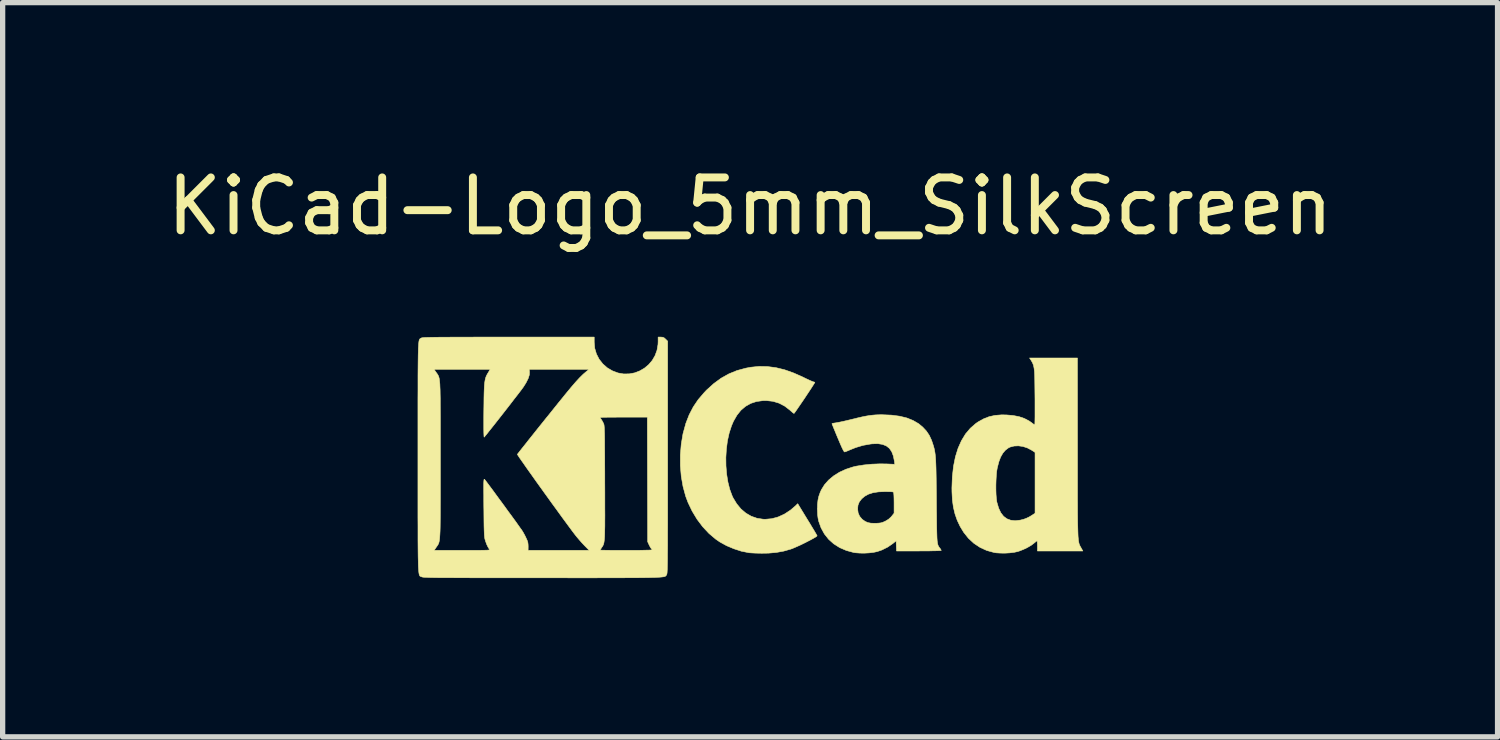
<source format=kicad_pcb>
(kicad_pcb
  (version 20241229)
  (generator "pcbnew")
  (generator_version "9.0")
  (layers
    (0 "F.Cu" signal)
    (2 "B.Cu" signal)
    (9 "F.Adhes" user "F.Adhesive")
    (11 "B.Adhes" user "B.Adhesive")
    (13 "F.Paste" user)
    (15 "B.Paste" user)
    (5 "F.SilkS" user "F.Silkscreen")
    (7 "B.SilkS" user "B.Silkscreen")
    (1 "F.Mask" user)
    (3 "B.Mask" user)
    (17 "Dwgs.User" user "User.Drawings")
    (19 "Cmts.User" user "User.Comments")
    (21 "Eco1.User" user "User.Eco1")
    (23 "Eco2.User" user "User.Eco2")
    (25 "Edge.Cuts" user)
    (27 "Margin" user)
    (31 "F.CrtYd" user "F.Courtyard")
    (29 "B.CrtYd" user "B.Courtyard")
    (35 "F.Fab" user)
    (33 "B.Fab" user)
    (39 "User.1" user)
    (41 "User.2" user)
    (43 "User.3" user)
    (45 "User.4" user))
  (footprint "KiCad-Logo_5mm_SilkScreen"
    (layer "F.Cu")
    (at 11.125 5.928)
    (property "Reference" "KiCad-Logo_5mm_SilkScreen" (at 0 -5.08 0) (layer "F.SilkS") (effects (font (size 1 1) (thickness 0.15))))
    (attr exclude_from_pos_files exclude_from_bom)
    (fp_poly (pts (xy -6.096 -2.311) (xy -6.096 1.803) (xy -1.702 1.727) (xy -1.651 -1.854) (xy -2.845 -1.778) (xy -3.226 -2.388)) (stroke (width 0.1) (type solid)) (fill yes) (layer "F.Mask"))
    (fp_poly (pts (xy -2.273 -2.973) (xy -2.177 -2.949) (xy -2.09 -2.906) (xy -2.015 -2.847) (xy -1.954 -2.772) (xy -1.909 -2.683) (xy -1.883 -2.586) (xy -1.877 -2.489) (xy -1.892 -2.395) (xy -1.926 -2.307) (xy -1.977 -2.228) (xy -2.042 -2.16) (xy -2.121 -2.106) (xy -2.212 -2.068) (xy -2.263 -2.056) (xy -2.308 -2.048) (xy -2.342 -2.045) (xy -2.375 -2.047) (xy -2.415 -2.054) (xy -2.449 -2.061) (xy -2.542 -2.092) (xy -2.626 -2.143) (xy -2.698 -2.213) (xy -2.756 -2.298) (xy -2.77 -2.326) (xy -2.787 -2.362) (xy -2.797 -2.392) (xy -2.802 -2.425) (xy -2.805 -2.466) (xy -2.805 -2.512) (xy -2.801 -2.596) (xy -2.787 -2.665) (xy -2.762 -2.726) (xy -2.723 -2.784) (xy -2.684 -2.829) (xy -2.612 -2.895) (xy -2.537 -2.94) (xy -2.455 -2.967) (xy -2.377 -2.977) (xy -2.273 -2.973)) (stroke (width 0.01) (type solid)) (fill yes) (layer "F.Mask"))
    (fp_poly (pts (xy 0.328 -2.051) (xy 0.489 -2.03) (xy 0.653 -1.99) (xy 0.822 -1.93) (xy 1 -1.851) (xy 1.011 -1.845) (xy 1.069 -1.817) (xy 1.121 -1.793) (xy 1.162 -1.775) (xy 1.19 -1.764) (xy 1.2 -1.761) (xy 1.219 -1.756) (xy 1.224 -1.752) (xy 1.218 -1.741) (xy 1.202 -1.715) (xy 1.177 -1.676) (xy 1.145 -1.626) (xy 1.107 -1.569) (xy 1.066 -1.507) (xy 1.023 -1.442) (xy 0.98 -1.379) (xy 0.939 -1.319) (xy 0.902 -1.265) (xy 0.871 -1.22) (xy 0.847 -1.186) (xy 0.832 -1.167) (xy 0.83 -1.165) (xy 0.82 -1.17) (xy 0.798 -1.187) (xy 0.767 -1.214) (xy 0.752 -1.228) (xy 0.655 -1.303) (xy 0.548 -1.359) (xy 0.433 -1.394) (xy 0.31 -1.408) (xy 0.241 -1.407) (xy 0.119 -1.39) (xy 0.01 -1.354) (xy -0.087 -1.299) (xy -0.174 -1.225) (xy -0.249 -1.131) (xy -0.314 -1.018) (xy -0.351 -0.931) (xy -0.395 -0.796) (xy -0.428 -0.648) (xy -0.448 -0.493) (xy -0.458 -0.333) (xy -0.456 -0.173) (xy -0.443 -0.016) (xy -0.419 0.133) (xy -0.384 0.271) (xy -0.338 0.395) (xy -0.322 0.429) (xy -0.253 0.543) (xy -0.173 0.64) (xy -0.081 0.718) (xy 0.02 0.777) (xy 0.13 0.816) (xy 0.247 0.834) (xy 0.289 0.835) (xy 0.41 0.824) (xy 0.531 0.791) (xy 0.649 0.737) (xy 0.762 0.663) (xy 0.854 0.585) (xy 0.9 0.54) (xy 1.081 0.837) (xy 1.127 0.911) (xy 1.168 0.98) (xy 1.204 1.039) (xy 1.233 1.088) (xy 1.254 1.124) (xy 1.265 1.144) (xy 1.266 1.147) (xy 1.258 1.157) (xy 1.233 1.174) (xy 1.193 1.197) (xy 1.142 1.225) (xy 1.084 1.255) (xy 1.021 1.287) (xy 0.958 1.318) (xy 0.896 1.346) (xy 0.839 1.371) (xy 0.791 1.391) (xy 0.768 1.399) (xy 0.634 1.437) (xy 0.496 1.462) (xy 0.349 1.475) (xy 0.222 1.477) (xy 0.154 1.476) (xy 0.088 1.474) (xy 0.031 1.471) (xy -0.013 1.468) (xy -0.027 1.466) (xy -0.166 1.438) (xy -0.307 1.392) (xy -0.445 1.334) (xy -0.572 1.264) (xy -0.649 1.211) (xy -0.777 1.103) (xy -0.895 0.977) (xy -1.002 0.835) (xy -1.095 0.681) (xy -1.173 0.518) (xy -1.217 0.401) (xy -1.267 0.217) (xy -1.301 0.023) (xy -1.318 -0.179) (xy -1.318 -0.382) (xy -1.301 -0.584) (xy -1.268 -0.781) (xy -1.217 -0.967) (xy -1.214 -0.978) (xy -1.151 -1.14) (xy -1.074 -1.288) (xy -0.981 -1.426) (xy -0.868 -1.558) (xy -0.825 -1.604) (xy -0.688 -1.728) (xy -0.549 -1.83) (xy -0.403 -1.912) (xy -0.249 -1.975) (xy -0.084 -2.02) (xy 0.011 -2.038) (xy 0.17 -2.054) (xy 0.328 -2.051)) (stroke (width 0.01) (type solid)) (fill yes) (layer "F.SilkS"))
    (fp_poly (pts (xy 6.187 -0.528) (xy 6.187 -0.293) (xy 6.187 -0.08) (xy 6.187 0.112) (xy 6.187 0.285) (xy 6.187 0.441) (xy 6.188 0.579) (xy 6.188 0.701) (xy 6.189 0.808) (xy 6.19 0.901) (xy 6.192 0.982) (xy 6.194 1.051) (xy 6.196 1.11) (xy 6.198 1.159) (xy 6.202 1.2) (xy 6.205 1.234) (xy 6.21 1.262) (xy 6.214 1.285) (xy 6.22 1.304) (xy 6.226 1.321) (xy 6.233 1.335) (xy 6.24 1.349) (xy 6.249 1.364) (xy 6.254 1.373) (xy 6.288 1.434) (xy 5.43 1.434) (xy 5.43 1.338) (xy 5.429 1.294) (xy 5.427 1.261) (xy 5.424 1.243) (xy 5.423 1.242) (xy 5.412 1.249) (xy 5.389 1.267) (xy 5.366 1.286) (xy 5.312 1.327) (xy 5.242 1.368) (xy 5.165 1.405) (xy 5.088 1.435) (xy 5.057 1.445) (xy 4.989 1.46) (xy 4.906 1.47) (xy 4.816 1.475) (xy 4.728 1.474) (xy 4.649 1.469) (xy 4.612 1.463) (xy 4.473 1.425) (xy 4.346 1.367) (xy 4.23 1.29) (xy 4.127 1.195) (xy 4.036 1.081) (xy 3.969 0.97) (xy 3.914 0.854) (xy 3.872 0.734) (xy 3.842 0.608) (xy 3.823 0.472) (xy 3.815 0.32) (xy 3.814 0.243) (xy 3.816 0.186) (xy 4.645 0.186) (xy 4.645 0.279) (xy 4.648 0.367) (xy 4.654 0.444) (xy 4.662 0.505) (xy 4.665 0.517) (xy 4.697 0.625) (xy 4.738 0.712) (xy 4.79 0.779) (xy 4.853 0.826) (xy 4.926 0.853) (xy 5.011 0.862) (xy 5.107 0.851) (xy 5.17 0.835) (xy 5.219 0.817) (xy 5.274 0.791) (xy 5.314 0.767) (xy 5.385 0.721) (xy 5.385 -0.429) (xy 5.317 -0.473) (xy 5.239 -0.514) (xy 5.155 -0.541) (xy 5.07 -0.553) (xy 4.988 -0.549) (xy 4.915 -0.53) (xy 4.883 -0.515) (xy 4.826 -0.472) (xy 4.777 -0.415) (xy 4.735 -0.342) (xy 4.701 -0.252) (xy 4.672 -0.141) (xy 4.671 -0.135) (xy 4.66 -0.073) (xy 4.653 0.005) (xy 4.648 0.093) (xy 4.645 0.186) (xy 3.816 0.186) (xy 3.822 0.03) (xy 3.844 -0.166) (xy 3.88 -0.345) (xy 3.93 -0.506) (xy 3.994 -0.65) (xy 4.071 -0.777) (xy 4.163 -0.886) (xy 4.268 -0.977) (xy 4.314 -1.008) (xy 4.415 -1.064) (xy 4.518 -1.104) (xy 4.628 -1.128) (xy 4.749 -1.138) (xy 4.842 -1.137) (xy 4.971 -1.126) (xy 5.084 -1.104) (xy 5.183 -1.07) (xy 5.271 -1.024) (xy 5.32 -0.99) (xy 5.349 -0.968) (xy 5.371 -0.953) (xy 5.379 -0.948) (xy 5.381 -0.959) (xy 5.382 -0.99) (xy 5.383 -1.037) (xy 5.384 -1.1) (xy 5.384 -1.173) (xy 5.384 -1.256) (xy 5.384 -1.344) (xy 5.384 -1.436) (xy 5.383 -1.528) (xy 5.382 -1.618) (xy 5.381 -1.704) (xy 5.38 -1.781) (xy 5.379 -1.848) (xy 5.377 -1.902) (xy 5.375 -1.94) (xy 5.375 -1.947) (xy 5.367 -2.018) (xy 5.356 -2.073) (xy 5.338 -2.12) (xy 5.312 -2.166) (xy 5.305 -2.176) (xy 5.281 -2.213) (xy 6.186 -2.213) (xy 6.187 -0.528)) (stroke (width 0.01) (type solid)) (fill yes) (layer "F.SilkS"))
    (fp_poly (pts (xy 2.674 -1.133) (xy 2.825 -1.113) (xy 2.961 -1.08) (xy 3.08 -1.032) (xy 3.185 -0.971) (xy 3.262 -0.907) (xy 3.331 -0.833) (xy 3.385 -0.753) (xy 3.428 -0.661) (xy 3.443 -0.618) (xy 3.456 -0.579) (xy 3.467 -0.543) (xy 3.477 -0.508) (xy 3.485 -0.472) (xy 3.492 -0.433) (xy 3.498 -0.39) (xy 3.503 -0.34) (xy 3.507 -0.283) (xy 3.51 -0.215) (xy 3.513 -0.136) (xy 3.515 -0.043) (xy 3.517 0.066) (xy 3.518 0.192) (xy 3.52 0.337) (xy 3.521 0.48) (xy 3.522 0.636) (xy 3.524 0.771) (xy 3.525 0.887) (xy 3.526 0.986) (xy 3.528 1.068) (xy 3.53 1.136) (xy 3.532 1.192) (xy 3.535 1.236) (xy 3.539 1.271) (xy 3.544 1.299) (xy 3.55 1.321) (xy 3.557 1.338) (xy 3.565 1.352) (xy 3.574 1.366) (xy 3.585 1.38) (xy 3.59 1.385) (xy 3.605 1.408) (xy 3.612 1.423) (xy 3.612 1.424) (xy 3.602 1.426) (xy 3.571 1.428) (xy 3.522 1.43) (xy 3.458 1.431) (xy 3.382 1.433) (xy 3.295 1.433) (xy 3.2 1.434) (xy 3.19 1.434) (xy 2.767 1.434) (xy 2.763 1.338) (xy 2.76 1.242) (xy 2.698 1.293) (xy 2.601 1.36) (xy 2.491 1.415) (xy 2.404 1.445) (xy 2.335 1.46) (xy 2.252 1.47) (xy 2.162 1.475) (xy 2.074 1.474) (xy 1.995 1.468) (xy 1.959 1.463) (xy 1.819 1.425) (xy 1.692 1.37) (xy 1.58 1.299) (xy 1.484 1.213) (xy 1.404 1.112) (xy 1.341 0.997) (xy 1.296 0.871) (xy 1.284 0.814) (xy 1.276 0.752) (xy 1.273 0.677) (xy 1.272 0.643) (xy 1.272 0.64) (xy 2.032 0.64) (xy 2.042 0.715) (xy 2.07 0.779) (xy 2.118 0.835) (xy 2.123 0.839) (xy 2.172 0.874) (xy 2.223 0.897) (xy 2.284 0.909) (xy 2.359 0.911) (xy 2.377 0.911) (xy 2.431 0.908) (xy 2.471 0.903) (xy 2.506 0.893) (xy 2.545 0.876) (xy 2.556 0.871) (xy 2.616 0.835) (xy 2.663 0.792) (xy 2.676 0.777) (xy 2.721 0.72) (xy 2.721 0.525) (xy 2.72 0.446) (xy 2.718 0.388) (xy 2.715 0.349) (xy 2.711 0.327) (xy 2.707 0.32) (xy 2.691 0.317) (xy 2.657 0.314) (xy 2.61 0.313) (xy 2.555 0.312) (xy 2.546 0.312) (xy 2.425 0.317) (xy 2.323 0.333) (xy 2.236 0.361) (xy 2.164 0.401) (xy 2.109 0.448) (xy 2.064 0.506) (xy 2.039 0.569) (xy 2.032 0.64) (xy 1.272 0.64) (xy 1.274 0.55) (xy 1.283 0.471) (xy 1.299 0.4) (xy 1.324 0.329) (xy 1.348 0.276) (xy 1.407 0.181) (xy 1.485 0.093) (xy 1.58 0.014) (xy 1.69 -0.055) (xy 1.813 -0.111) (xy 1.945 -0.154) (xy 2.009 -0.169) (xy 2.146 -0.191) (xy 2.294 -0.206) (xy 2.446 -0.212) (xy 2.572 -0.211) (xy 2.734 -0.204) (xy 2.727 -0.263) (xy 2.707 -0.362) (xy 2.676 -0.443) (xy 2.632 -0.506) (xy 2.575 -0.551) (xy 2.503 -0.58) (xy 2.416 -0.594) (xy 2.313 -0.591) (xy 2.275 -0.587) (xy 2.134 -0.562) (xy 1.997 -0.521) (xy 1.902 -0.483) (xy 1.857 -0.464) (xy 1.819 -0.448) (xy 1.792 -0.439) (xy 1.785 -0.437) (xy 1.775 -0.446) (xy 1.758 -0.475) (xy 1.734 -0.524) (xy 1.703 -0.594) (xy 1.665 -0.684) (xy 1.658 -0.7) (xy 1.628 -0.772) (xy 1.601 -0.838) (xy 1.578 -0.893) (xy 1.561 -0.936) (xy 1.55 -0.963) (xy 1.547 -0.972) (xy 1.557 -0.977) (xy 1.583 -0.982) (xy 1.611 -0.986) (xy 1.642 -0.991) (xy 1.689 -1) (xy 1.751 -1.013) (xy 1.821 -1.029) (xy 1.896 -1.047) (xy 1.925 -1.054) (xy 2.03 -1.08) (xy 2.117 -1.1) (xy 2.192 -1.115) (xy 2.258 -1.126) (xy 2.319 -1.133) (xy 2.381 -1.138) (xy 2.446 -1.14) (xy 2.504 -1.14) (xy 2.674 -1.133)) (stroke (width 0.01) (type solid)) (fill yes) (layer "F.SilkS"))
    (fp_poly (pts (xy -2.946 -2.511) (xy -2.936 -2.397) (xy -2.904 -2.289) (xy -2.853 -2.19) (xy -2.784 -2.102) (xy -2.699 -2.027) (xy -2.602 -1.97) (xy -2.496 -1.93) (xy -2.389 -1.911) (xy -2.283 -1.913) (xy -2.181 -1.932) (xy -2.085 -1.969) (xy -1.996 -2.021) (xy -1.917 -2.087) (xy -1.849 -2.167) (xy -1.796 -2.258) (xy -1.759 -2.359) (xy -1.74 -2.47) (xy -1.738 -2.52) (xy -1.738 -2.608) (xy -1.687 -2.608) (xy -1.65 -2.605) (xy -1.623 -2.593) (xy -1.596 -2.569) (xy -1.558 -2.531) (xy -1.558 -0.339) (xy -1.558 -0.077) (xy -1.558 0.163) (xy -1.558 0.383) (xy -1.558 0.583) (xy -1.558 0.764) (xy -1.558 0.928) (xy -1.559 1.074) (xy -1.559 1.205) (xy -1.559 1.32) (xy -1.56 1.421) (xy -1.561 1.509) (xy -1.561 1.585) (xy -1.562 1.65) (xy -1.563 1.704) (xy -1.564 1.749) (xy -1.565 1.786) (xy -1.567 1.815) (xy -1.568 1.837) (xy -1.57 1.854) (xy -1.572 1.866) (xy -1.574 1.874) (xy -1.576 1.88) (xy -1.577 1.882) (xy -1.581 1.889) (xy -1.585 1.895) (xy -1.589 1.901) (xy -1.594 1.906) (xy -1.601 1.911) (xy -1.611 1.916) (xy -1.625 1.92) (xy -1.645 1.923) (xy -1.669 1.926) (xy -1.701 1.929) (xy -1.741 1.931) (xy -1.789 1.934) (xy -1.846 1.935) (xy -1.914 1.937) (xy -1.994 1.938) (xy -2.085 1.939) (xy -2.19 1.94) (xy -2.309 1.94) (xy -2.443 1.941) (xy -2.593 1.941) (xy -2.76 1.941) (xy -2.945 1.942) (xy -3.149 1.942) (xy -3.372 1.942) (xy -3.616 1.941) (xy -3.881 1.941) (xy -3.92 1.941) (xy -4.187 1.941) (xy -4.432 1.941) (xy -4.657 1.941) (xy -4.861 1.941) (xy -5.047 1.941) (xy -5.215 1.941) (xy -5.366 1.94) (xy -5.501 1.94) (xy -5.62 1.939) (xy -5.725 1.939) (xy -5.817 1.938) (xy -5.896 1.938) (xy -5.964 1.937) (xy -6.021 1.936) (xy -6.069 1.935) (xy -6.107 1.933) (xy -6.138 1.932) (xy -6.162 1.931) (xy -6.18 1.929) (xy -6.192 1.927) (xy -6.201 1.925) (xy -6.205 1.923) (xy -6.214 1.92) (xy -6.221 1.917) (xy -6.229 1.915) (xy -6.235 1.911) (xy -6.241 1.906) (xy -6.246 1.897) (xy -6.251 1.885) (xy -6.255 1.869) (xy -6.259 1.846) (xy -6.262 1.818) (xy -6.265 1.781) (xy -6.268 1.737) (xy -6.27 1.683) (xy -6.271 1.618) (xy -6.273 1.543) (xy -6.274 1.455) (xy -6.275 1.354) (xy -6.276 1.239) (xy -6.276 1.11) (xy -6.276 0.964) (xy -6.277 0.802) (xy -6.277 0.621) (xy -6.277 0.422) (xy -6.277 0.204) (xy -6.277 -0.035) (xy -6.277 -0.296) (xy -6.277 -0.338) (xy -6.277 -0.601) (xy -6.277 -0.842) (xy -6.277 -1.063) (xy -6.277 -1.264) (xy -6.277 -1.446) (xy -6.276 -1.61) (xy -6.276 -1.757) (xy -6.276 -1.888) (xy -6.275 -1.998) (xy -5.972 -1.998) (xy -5.932 -1.94) (xy -5.921 -1.925) (xy -5.911 -1.911) (xy -5.902 -1.897) (xy -5.894 -1.883) (xy -5.887 -1.868) (xy -5.881 -1.849) (xy -5.875 -1.826) (xy -5.871 -1.798) (xy -5.867 -1.764) (xy -5.863 -1.722) (xy -5.861 -1.67) (xy -5.858 -1.609) (xy -5.857 -1.537) (xy -5.855 -1.452) (xy -5.855 -1.354) (xy -5.854 -1.24) (xy -5.853 -1.111) (xy -5.853 -0.965) (xy -5.853 -0.8) (xy -5.853 -0.616) (xy -5.853 -0.41) (xy -5.853 -0.288) (xy -5.853 -0.071) (xy -5.853 0.125) (xy -5.853 0.3) (xy -5.853 0.456) (xy -5.854 0.595) (xy -5.854 0.717) (xy -5.855 0.823) (xy -5.856 0.915) (xy -5.857 0.994) (xy -5.859 1.062) (xy -5.862 1.118) (xy -5.865 1.165) (xy -5.868 1.204) (xy -5.872 1.235) (xy -5.877 1.261) (xy -5.883 1.282) (xy -5.89 1.299) (xy -5.897 1.314) (xy -5.906 1.327) (xy -5.915 1.341) (xy -5.925 1.356) (xy -5.932 1.365) (xy -5.97 1.422) (xy -5.439 1.422) (xy -5.315 1.422) (xy -5.213 1.422) (xy -5.129 1.422) (xy -5.063 1.421) (xy -5.012 1.42) (xy -4.974 1.419) (xy -4.948 1.417) (xy -4.932 1.415) (xy -4.923 1.412) (xy -4.921 1.408) (xy -4.923 1.404) (xy -4.925 1.403) (xy -4.95 1.366) (xy -4.976 1.313) (xy -4.999 1.251) (xy -5.007 1.224) (xy -5.012 1.206) (xy -5.016 1.185) (xy -5.019 1.159) (xy -5.022 1.126) (xy -5.024 1.083) (xy -5.026 1.028) (xy -5.028 0.96) (xy -5.029 0.877) (xy -5.03 0.775) (xy -5.031 0.654) (xy -5.032 0.61) (xy -5.033 0.484) (xy -5.033 0.38) (xy -5.034 0.295) (xy -5.034 0.227) (xy -5.034 0.174) (xy -5.033 0.135) (xy -5.031 0.107) (xy -5.029 0.09) (xy -5.027 0.081) (xy -5.023 0.078) (xy -5.019 0.08) (xy -5.015 0.085) (xy -5.004 0.098) (xy -4.982 0.127) (xy -4.95 0.17) (xy -4.909 0.225) (xy -4.861 0.289) (xy -4.808 0.362) (xy -4.751 0.44) (xy -4.691 0.521) (xy -4.631 0.603) (xy -4.572 0.685) (xy -4.514 0.763) (xy -4.461 0.836) (xy -4.413 0.902) (xy -4.373 0.959) (xy -4.341 1.004) (xy -4.318 1.035) (xy -4.314 1.041) (xy -4.291 1.078) (xy -4.264 1.126) (xy -4.239 1.176) (xy -4.236 1.183) (xy -4.214 1.231) (xy -4.201 1.268) (xy -4.196 1.304) (xy -4.194 1.346) (xy -4.195 1.422) (xy -3.041 1.422) (xy -3.132 1.329) (xy -3.179 1.279) (xy -3.229 1.222) (xy -3.275 1.168) (xy -3.295 1.143) (xy -3.326 1.103) (xy -3.366 1.05) (xy -3.414 0.985) (xy -3.47 0.909) (xy -3.532 0.825) (xy -3.599 0.733) (xy -3.669 0.636) (xy -3.743 0.535) (xy -3.817 0.432) (xy -3.892 0.328) (xy -3.966 0.225) (xy -4.038 0.125) (xy -4.106 0.029) (xy -4.17 -0.061) (xy -4.229 -0.144) (xy -4.28 -0.218) (xy -4.324 -0.28) (xy -4.359 -0.33) (xy -4.383 -0.367) (xy -4.396 -0.387) (xy -4.398 -0.391) (xy -4.39 -0.403) (xy -4.369 -0.43) (xy -4.337 -0.471) (xy -4.294 -0.525) (xy -4.243 -0.589) (xy -4.185 -0.663) (xy -4.12 -0.744) (xy -4.051 -0.831) (xy -3.979 -0.921) (xy -3.904 -1.014) (xy -3.845 -1.088) (xy -2.834 -1.088) (xy -2.828 -1.075) (xy -2.813 -1.053) (xy -2.812 -1.052) (xy -2.793 -1.021) (xy -2.774 -0.985) (xy -2.77 -0.976) (xy -2.766 -0.968) (xy -2.763 -0.958) (xy -2.76 -0.945) (xy -2.758 -0.927) (xy -2.756 -0.904) (xy -2.754 -0.873) (xy -2.753 -0.833) (xy -2.751 -0.784) (xy -2.75 -0.723) (xy -2.749 -0.649) (xy -2.749 -0.561) (xy -2.748 -0.457) (xy -2.747 -0.337) (xy -2.747 -0.198) (xy -2.746 -0.039) (xy -2.746 0.14) (xy -2.745 0.325) (xy -2.745 0.489) (xy -2.745 0.633) (xy -2.744 0.759) (xy -2.745 0.868) (xy -2.745 0.961) (xy -2.747 1.04) (xy -2.748 1.106) (xy -2.75 1.161) (xy -2.753 1.206) (xy -2.757 1.242) (xy -2.761 1.271) (xy -2.766 1.295) (xy -2.772 1.313) (xy -2.779 1.329) (xy -2.787 1.344) (xy -2.797 1.358) (xy -2.805 1.37) (xy -2.822 1.396) (xy -2.832 1.414) (xy -2.834 1.417) (xy -2.823 1.418) (xy -2.791 1.419) (xy -2.742 1.42) (xy -2.677 1.421) (xy -2.599 1.422) (xy -2.51 1.422) (xy -2.411 1.422) (xy -2.342 1.422) (xy -2.237 1.422) (xy -2.141 1.422) (xy -2.054 1.421) (xy -1.98 1.419) (xy -1.921 1.418) (xy -1.879 1.416) (xy -1.855 1.414) (xy -1.851 1.412) (xy -1.859 1.398) (xy -1.867 1.39) (xy -1.88 1.372) (xy -1.897 1.342) (xy -1.909 1.318) (xy -1.936 1.259) (xy -1.939 0.082) (xy -1.942 -1.095) (xy -2.388 -1.095) (xy -2.486 -1.095) (xy -2.576 -1.094) (xy -2.657 -1.094) (xy -2.725 -1.093) (xy -2.779 -1.092) (xy -2.815 -1.09) (xy -2.833 -1.089) (xy -2.834 -1.088) (xy -3.845 -1.088) (xy -3.829 -1.107) (xy -3.755 -1.199) (xy -3.683 -1.289) (xy -3.615 -1.374) (xy -3.551 -1.452) (xy -3.494 -1.523) (xy -3.444 -1.584) (xy -3.403 -1.633) (xy -3.386 -1.654) (xy -3.3 -1.754) (xy -3.223 -1.838) (xy -3.154 -1.906) (xy -3.091 -1.96) (xy -3.082 -1.967) (xy -3.042 -1.998) (xy -4.174 -1.998) (xy -4.169 -1.95) (xy -4.172 -1.893) (xy -4.194 -1.825) (xy -4.234 -1.745) (xy -4.279 -1.673) (xy -4.295 -1.65) (xy -4.323 -1.612) (xy -4.361 -1.562) (xy -4.408 -1.501) (xy -4.462 -1.432) (xy -4.52 -1.356) (xy -4.582 -1.276) (xy -4.646 -1.194) (xy -4.71 -1.112) (xy -4.773 -1.032) (xy -4.832 -0.957) (xy -4.887 -0.888) (xy -4.935 -0.828) (xy -4.974 -0.778) (xy -5.004 -0.742) (xy -5.022 -0.72) (xy -5.025 -0.717) (xy -5.028 -0.725) (xy -5.03 -0.755) (xy -5.032 -0.807) (xy -5.033 -0.881) (xy -5.033 -0.977) (xy -5.033 -1.094) (xy -5.032 -1.214) (xy -5.03 -1.346) (xy -5.029 -1.457) (xy -5.027 -1.551) (xy -5.024 -1.629) (xy -5.021 -1.692) (xy -5.016 -1.745) (xy -5.009 -1.788) (xy -5.002 -1.823) (xy -4.992 -1.854) (xy -4.98 -1.882) (xy -4.965 -1.91) (xy -4.95 -1.935) (xy -4.912 -1.998) (xy -5.972 -1.998) (xy -6.275 -1.998) (xy -6.275 -2.004) (xy -6.274 -2.106) (xy -6.273 -2.195) (xy -6.272 -2.272) (xy -6.27 -2.337) (xy -6.269 -2.393) (xy -6.266 -2.438) (xy -6.264 -2.475) (xy -6.261 -2.505) (xy -6.258 -2.528) (xy -6.254 -2.546) (xy -6.25 -2.559) (xy -6.245 -2.568) (xy -6.24 -2.574) (xy -6.234 -2.579) (xy -6.228 -2.582) (xy -6.222 -2.586) (xy -6.216 -2.589) (xy -6.21 -2.592) (xy -6.202 -2.594) (xy -6.19 -2.596) (xy -6.173 -2.598) (xy -6.149 -2.6) (xy -6.118 -2.601) (xy -6.079 -2.602) (xy -6.03 -2.603) (xy -5.971 -2.604) (xy -5.899 -2.605) (xy -5.815 -2.606) (xy -5.718 -2.606) (xy -5.605 -2.607) (xy -5.476 -2.607) (xy -5.33 -2.607) (xy -5.166 -2.608) (xy -4.982 -2.608) (xy -4.778 -2.608) (xy -4.567 -2.608) (xy -2.946 -2.608) (xy -2.946 -2.511)) (stroke (width 0.01) (type solid)) (fill yes) (layer "F.SilkS")))
  (gr_rect
    (start -3 -3)
    (end 25.25 10.875)
    (stroke (width 0.1) (type default))
    (fill no)
    (layer "Edge.Cuts")))
</source>
